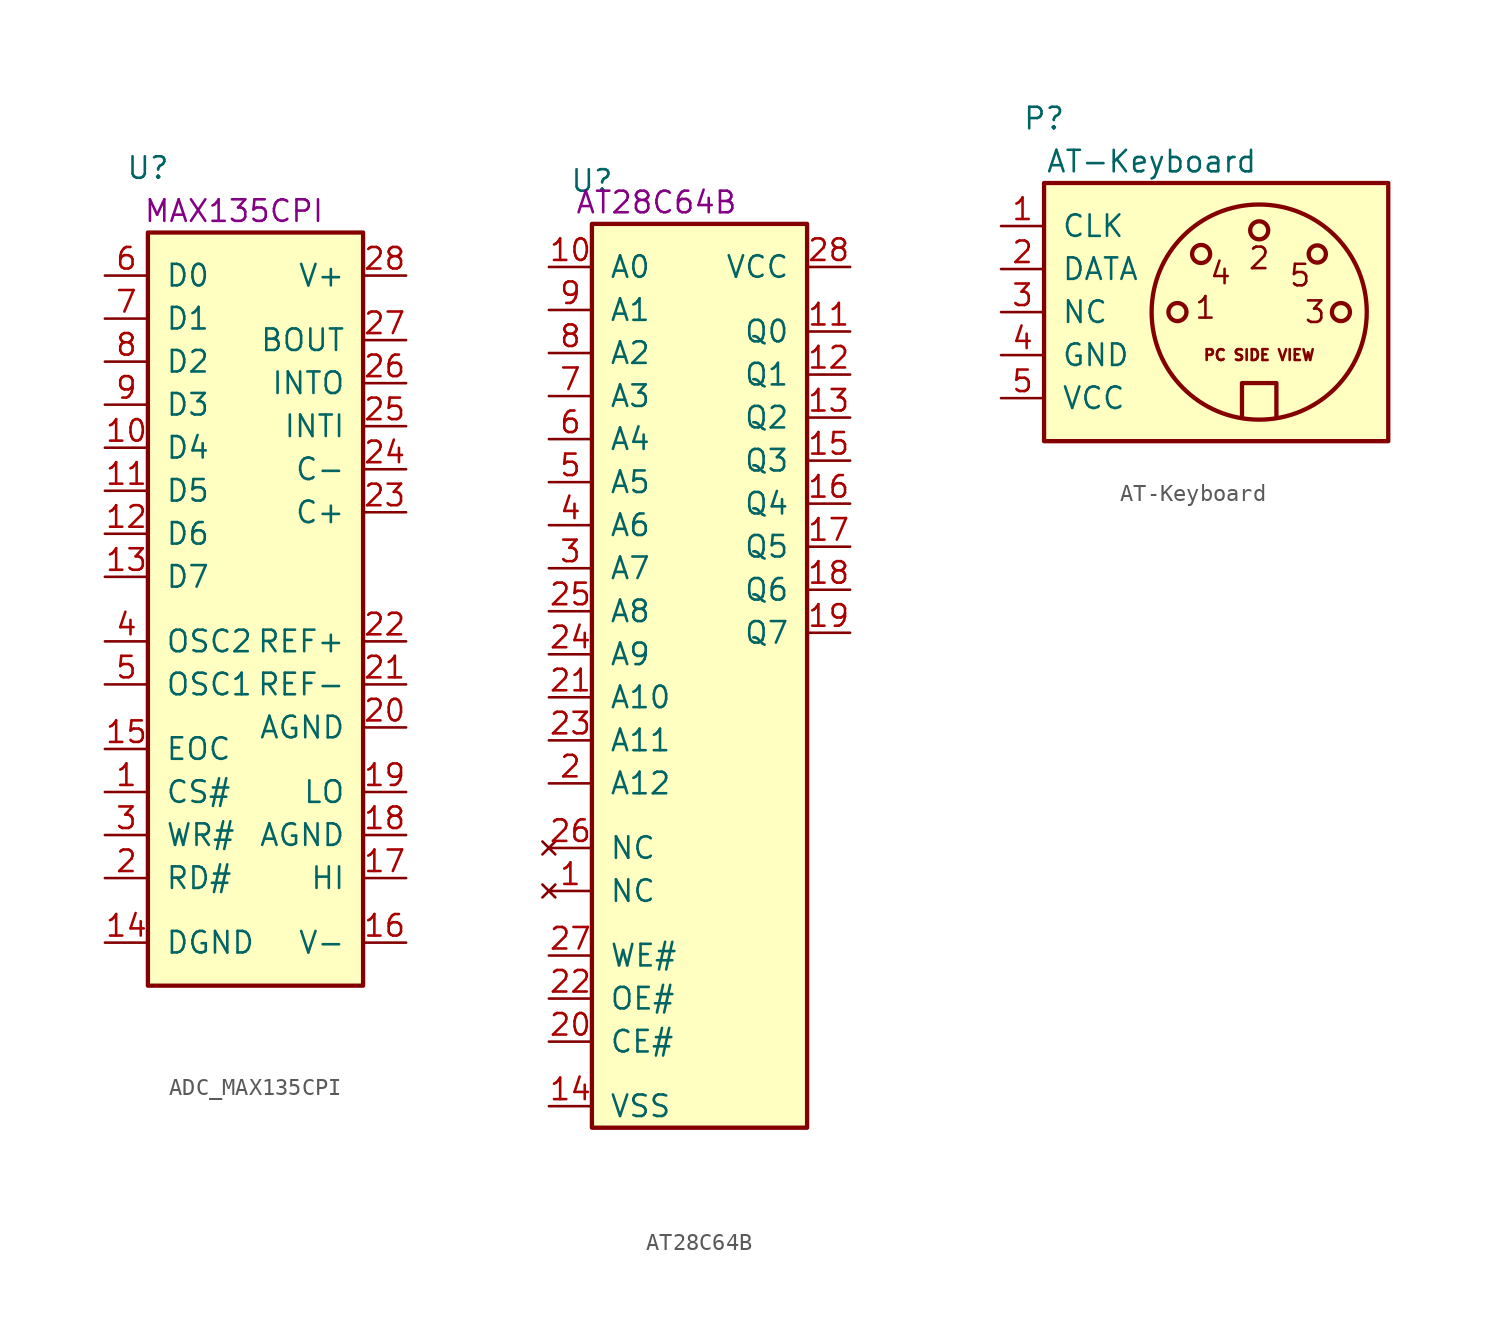
<source format=kicad_sym>
(kicad_symbol_lib
  (version 20211014)
  (generator kicad_symbol_editor)
  (symbol "ADC_MAX135CPI"
    (pin_names
      (offset 1.016))
    (property "Reference" "U"
      (at 0 3.81 0)
      (effects (font (size 1.27 1.27))))
    (property "Comment" "MAX135CPI"
      (at 5.08 1.27 0)
      (effects (font (size 1.27 1.27))))
    (symbol "ADC_MAX135CPI_0_1"
      (rectangle (start 0 0) (end 12.7 -44.45) (stroke (width 0.254) (type default) (color 0 0 0 0)) (fill (type background))))
    (symbol "ADC_MAX135CPI_1_1"
      (pin input line (at -2.54 -33.02 0) (length 2.54) (name "CS#" (effects (font (size 1.27 1.27)))) (number "1" (effects (font (size 1.27 1.27)))))
      (pin bidirectional line (at -2.54 -12.7 0) (length 2.54) (name "D4" (effects (font (size 1.27 1.27)))) (number "10" (effects (font (size 1.27 1.27)))))
      (pin bidirectional line (at -2.54 -15.24 0) (length 2.54) (name "D5" (effects (font (size 1.27 1.27)))) (number "11" (effects (font (size 1.27 1.27)))))
      (pin bidirectional line (at -2.54 -17.78 0) (length 2.54) (name "D6" (effects (font (size 1.27 1.27)))) (number "12" (effects (font (size 1.27 1.27)))))
      (pin bidirectional line (at -2.54 -20.32 0) (length 2.54) (name "D7" (effects (font (size 1.27 1.27)))) (number "13" (effects (font (size 1.27 1.27)))))
      (pin power_in line (at -2.54 -41.91 0) (length 2.54) (name "DGND" (effects (font (size 1.27 1.27)))) (number "14" (effects (font (size 1.27 1.27)))))
      (pin output line (at -2.54 -30.48 0) (length 2.54) (name "EOC" (effects (font (size 1.27 1.27)))) (number "15" (effects (font (size 1.27 1.27)))))
      (pin power_in line (at 15.24 -41.91 180) (length 2.54) (name "V-" (effects (font (size 1.27 1.27)))) (number "16" (effects (font (size 1.27 1.27)))))
      (pin passive line (at 15.24 -38.1 180) (length 2.54) (name "HI" (effects (font (size 1.27 1.27)))) (number "17" (effects (font (size 1.27 1.27)))))
      (pin power_in line (at 15.24 -35.56 180) (length 2.54) (name "AGND" (effects (font (size 1.27 1.27)))) (number "18" (effects (font (size 1.27 1.27)))))
      (pin passive line (at 15.24 -33.02 180) (length 2.54) (name "LO" (effects (font (size 1.27 1.27)))) (number "19" (effects (font (size 1.27 1.27)))))
      (pin input line (at -2.54 -38.1 0) (length 2.54) (name "RD#" (effects (font (size 1.27 1.27)))) (number "2" (effects (font (size 1.27 1.27)))))
      (pin power_in line (at 15.24 -29.21 180) (length 2.54) (name "AGND" (effects (font (size 1.27 1.27)))) (number "20" (effects (font (size 1.27 1.27)))))
      (pin passive line (at 15.24 -26.67 180) (length 2.54) (name "REF-" (effects (font (size 1.27 1.27)))) (number "21" (effects (font (size 1.27 1.27)))))
      (pin passive line (at 15.24 -24.13 180) (length 2.54) (name "REF+" (effects (font (size 1.27 1.27)))) (number "22" (effects (font (size 1.27 1.27)))))
      (pin passive line (at 15.24 -16.51 180) (length 2.54) (name "C+" (effects (font (size 1.27 1.27)))) (number "23" (effects (font (size 1.27 1.27)))))
      (pin input line (at 15.24 -13.97 180) (length 2.54) (name "C-" (effects (font (size 1.27 1.27)))) (number "24" (effects (font (size 1.27 1.27)))))
      (pin input line (at 15.24 -11.43 180) (length 2.54) (name "INTI" (effects (font (size 1.27 1.27)))) (number "25" (effects (font (size 1.27 1.27)))))
      (pin input line (at 15.24 -8.89 180) (length 2.54) (name "INTO" (effects (font (size 1.27 1.27)))) (number "26" (effects (font (size 1.27 1.27)))))
      (pin input line (at 15.24 -6.35 180) (length 2.54) (name "BOUT" (effects (font (size 1.27 1.27)))) (number "27" (effects (font (size 1.27 1.27)))))
      (pin power_in line (at 15.24 -2.54 180) (length 2.54) (name "V+" (effects (font (size 1.27 1.27)))) (number "28" (effects (font (size 1.27 1.27)))))
      (pin input line (at -2.54 -35.56 0) (length 2.54) (name "WR#" (effects (font (size 1.27 1.27)))) (number "3" (effects (font (size 1.27 1.27)))))
      (pin output line (at -2.54 -24.13 0) (length 2.54) (name "OSC2" (effects (font (size 1.27 1.27)))) (number "4" (effects (font (size 1.27 1.27)))))
      (pin input line (at -2.54 -26.67 0) (length 2.54) (name "OSC1" (effects (font (size 1.27 1.27)))) (number "5" (effects (font (size 1.27 1.27)))))
      (pin bidirectional line (at -2.54 -2.54 0) (length 2.54) (name "D0" (effects (font (size 1.27 1.27)))) (number "6" (effects (font (size 1.27 1.27)))))
      (pin bidirectional line (at -2.54 -5.08 0) (length 2.54) (name "D1" (effects (font (size 1.27 1.27)))) (number "7" (effects (font (size 1.27 1.27)))))
      (pin bidirectional line (at -2.54 -7.62 0) (length 2.54) (name "D2" (effects (font (size 1.27 1.27)))) (number "8" (effects (font (size 1.27 1.27)))))
      (pin bidirectional line (at -2.54 -10.16 0) (length 2.54) (name "D3" (effects (font (size 1.27 1.27)))) (number "9" (effects (font (size 1.27 1.27)))))))
  (symbol "AT28C64B"
    (pin_names
      (offset 1.016))
    (property "Reference" "U"
      (at -6.35 21.59 0)
      (effects (font (size 1.27 1.27))))
    (property "Comment" "AT28C64B"
      (at -2.54 20.32 0)
      (effects (font (size 1.27 1.27))))
    (symbol "AT28C64B_0_1"
      (rectangle (start -6.35 19.05) (end 6.35 -34.29) (stroke (width 0.254) (type default) (color 0 0 0 0)) (fill (type background))))
    (symbol "AT28C64B_1_1"
      (pin no_connect line (at -8.89 -20.32 0) (length 2.54) (name "NC" (effects (font (size 1.27 1.27)))) (number "1" (effects (font (size 1.27 1.27)))))
      (pin input line (at -8.89 16.51 0) (length 2.54) (name "A0" (effects (font (size 1.27 1.27)))) (number "10" (effects (font (size 1.27 1.27)))))
      (pin bidirectional line (at 8.89 12.7 180) (length 2.54) (name "Q0" (effects (font (size 1.27 1.27)))) (number "11" (effects (font (size 1.27 1.27)))))
      (pin bidirectional line (at 8.89 10.16 180) (length 2.54) (name "Q1" (effects (font (size 1.27 1.27)))) (number "12" (effects (font (size 1.27 1.27)))))
      (pin bidirectional line (at 8.89 7.62 180) (length 2.54) (name "Q2" (effects (font (size 1.27 1.27)))) (number "13" (effects (font (size 1.27 1.27)))))
      (pin power_in line (at -8.89 -33.02 0) (length 2.54) (name "VSS" (effects (font (size 1.27 1.27)))) (number "14" (effects (font (size 1.27 1.27)))))
      (pin bidirectional line (at 8.89 5.08 180) (length 2.54) (name "Q3" (effects (font (size 1.27 1.27)))) (number "15" (effects (font (size 1.27 1.27)))))
      (pin bidirectional line (at 8.89 2.54 180) (length 2.54) (name "Q4" (effects (font (size 1.27 1.27)))) (number "16" (effects (font (size 1.27 1.27)))))
      (pin bidirectional line (at 8.89 0 180) (length 2.54) (name "Q5" (effects (font (size 1.27 1.27)))) (number "17" (effects (font (size 1.27 1.27)))))
      (pin bidirectional line (at 8.89 -2.54 180) (length 2.54) (name "Q6" (effects (font (size 1.27 1.27)))) (number "18" (effects (font (size 1.27 1.27)))))
      (pin bidirectional line (at 8.89 -5.08 180) (length 2.54) (name "Q7" (effects (font (size 1.27 1.27)))) (number "19" (effects (font (size 1.27 1.27)))))
      (pin input line (at -8.89 -13.97 0) (length 2.54) (name "A12" (effects (font (size 1.27 1.27)))) (number "2" (effects (font (size 1.27 1.27)))))
      (pin input line (at -8.89 -29.21 0) (length 2.54) (name "CE#" (effects (font (size 1.27 1.27)))) (number "20" (effects (font (size 1.27 1.27)))))
      (pin input line (at -8.89 -8.89 0) (length 2.54) (name "A10" (effects (font (size 1.27 1.27)))) (number "21" (effects (font (size 1.27 1.27)))))
      (pin input line (at -8.89 -26.67 0) (length 2.54) (name "OE#" (effects (font (size 1.27 1.27)))) (number "22" (effects (font (size 1.27 1.27)))))
      (pin input line (at -8.89 -11.43 0) (length 2.54) (name "A11" (effects (font (size 1.27 1.27)))) (number "23" (effects (font (size 1.27 1.27)))))
      (pin input line (at -8.89 -6.35 0) (length 2.54) (name "A9" (effects (font (size 1.27 1.27)))) (number "24" (effects (font (size 1.27 1.27)))))
      (pin input line (at -8.89 -3.81 0) (length 2.54) (name "A8" (effects (font (size 1.27 1.27)))) (number "25" (effects (font (size 1.27 1.27)))))
      (pin no_connect line (at -8.89 -17.78 0) (length 2.54) (name "NC" (effects (font (size 1.27 1.27)))) (number "26" (effects (font (size 1.27 1.27)))))
      (pin input line (at -8.89 -24.13 0) (length 2.54) (name "WE#" (effects (font (size 1.27 1.27)))) (number "27" (effects (font (size 1.27 1.27)))))
      (pin power_in line (at 8.89 16.51 180) (length 2.54) (name "VCC" (effects (font (size 1.27 1.27)))) (number "28" (effects (font (size 1.27 1.27)))))
      (pin input line (at -8.89 -1.27 0) (length 2.54) (name "A7" (effects (font (size 1.27 1.27)))) (number "3" (effects (font (size 1.27 1.27)))))
      (pin input line (at -8.89 1.27 0) (length 2.54) (name "A6" (effects (font (size 1.27 1.27)))) (number "4" (effects (font (size 1.27 1.27)))))
      (pin input line (at -8.89 3.81 0) (length 2.54) (name "A5" (effects (font (size 1.27 1.27)))) (number "5" (effects (font (size 1.27 1.27)))))
      (pin input line (at -8.89 6.35 0) (length 2.54) (name "A4" (effects (font (size 1.27 1.27)))) (number "6" (effects (font (size 1.27 1.27)))))
      (pin input line (at -8.89 8.89 0) (length 2.54) (name "A3" (effects (font (size 1.27 1.27)))) (number "7" (effects (font (size 1.27 1.27)))))
      (pin input line (at -8.89 11.43 0) (length 2.54) (name "A2" (effects (font (size 1.27 1.27)))) (number "8" (effects (font (size 1.27 1.27)))))
      (pin input line (at -8.89 13.97 0) (length 2.54) (name "A1" (effects (font (size 1.27 1.27)))) (number "9" (effects (font (size 1.27 1.27)))))))
  (symbol "AT-Keyboard"
    (pin_names
      (offset 1.016))
    (property "Reference" "P"
      (at -12.7 11.43 0)
      (effects (font (size 1.27 1.27))))
    (property "Value" "AT-Keyboard"
      (at -6.35 8.89 0)
      (effects (font (size 1.27 1.27))))
    (symbol "AT-Keyboard_0_0"
      (rectangle (start -12.7 7.62) (end 7.62 -7.62) (stroke (width 0.254) (type default) (color 0 0 0 0)) (fill (type background)))
      (polyline (pts (xy -1.016 -6.223) (xy -1.016 -6.223)) (stroke (width 0.254) (type default) (color 0 0 0 0)) (fill (type none)))
      (polyline (pts (xy 1.016 -6.223) (xy 1.016 -4.191) (xy -1.016 -4.191) (xy -1.016 -6.223)) (stroke (width 0.254) (type default) (color 0 0 0 0)) (fill (type none)))
      (text "1" (at -3.175 0.254 0) (effects (font (size 1.27 1.27))))
      (text "2" (at 0 3.175 0) (effects (font (size 1.27 1.27))))
      (text "3" (at 3.302 0 0) (effects (font (size 1.27 1.27))))
      (text "4" (at -2.286 2.286 0) (effects (font (size 1.27 1.27))))
      (text "5" (at 2.413 2.159 0) (effects (font (size 1.27 1.27))))
      (text "PC SIDE VIEW" (at 0 -2.54 0) (effects (font (size 0.635 0.635)))))
    (symbol "AT-Keyboard_0_1"
      (circle (center -4.826 0) (radius 0.533) (stroke (width 0.254) (type default) (color 0 0 0 0)) (fill (type none)))
      (circle (center -3.429 3.429) (radius 0.533) (stroke (width 0.254) (type default) (color 0 0 0 0)) (fill (type none)))
      (circle (center 0 0) (radius 6.35) (stroke (width 0.254) (type default) (color 0 0 0 0)) (fill (type none)))
      (circle (center 0 4.826) (radius 0.533) (stroke (width 0.254) (type default) (color 0 0 0 0)) (fill (type none)))
      (circle (center 3.429 3.429) (radius 0.508) (stroke (width 0.254) (type default) (color 0 0 0 0)) (fill (type none)))
      (circle (center 4.826 0) (radius 0.533) (stroke (width 0.254) (type default) (color 0 0 0 0)) (fill (type none))))
    (symbol "AT-Keyboard_1_1"
      (pin input line (at -15.24 5.08 0) (length 2.54) (name "CLK" (effects (font (size 1.27 1.27)))) (number "1" (effects (font (size 1.27 1.27)))))
      (pin bidirectional line (at -15.24 2.54 0) (length 2.54) (name "DATA" (effects (font (size 1.27 1.27)))) (number "2" (effects (font (size 1.27 1.27)))))
      (pin passive line (at -15.24 0 0) (length 2.54) (name "NC" (effects (font (size 1.27 1.27)))) (number "3" (effects (font (size 1.27 1.27)))))
      (pin power_in line (at -15.24 -2.54 0) (length 2.54) (name "GND" (effects (font (size 1.27 1.27)))) (number "4" (effects (font (size 1.27 1.27)))))
      (pin power_in line (at -15.24 -5.08 0) (length 2.54) (name "VCC" (effects (font (size 1.27 1.27)))) (number "5" (effects (font (size 1.27 1.27))))))))
</source>
